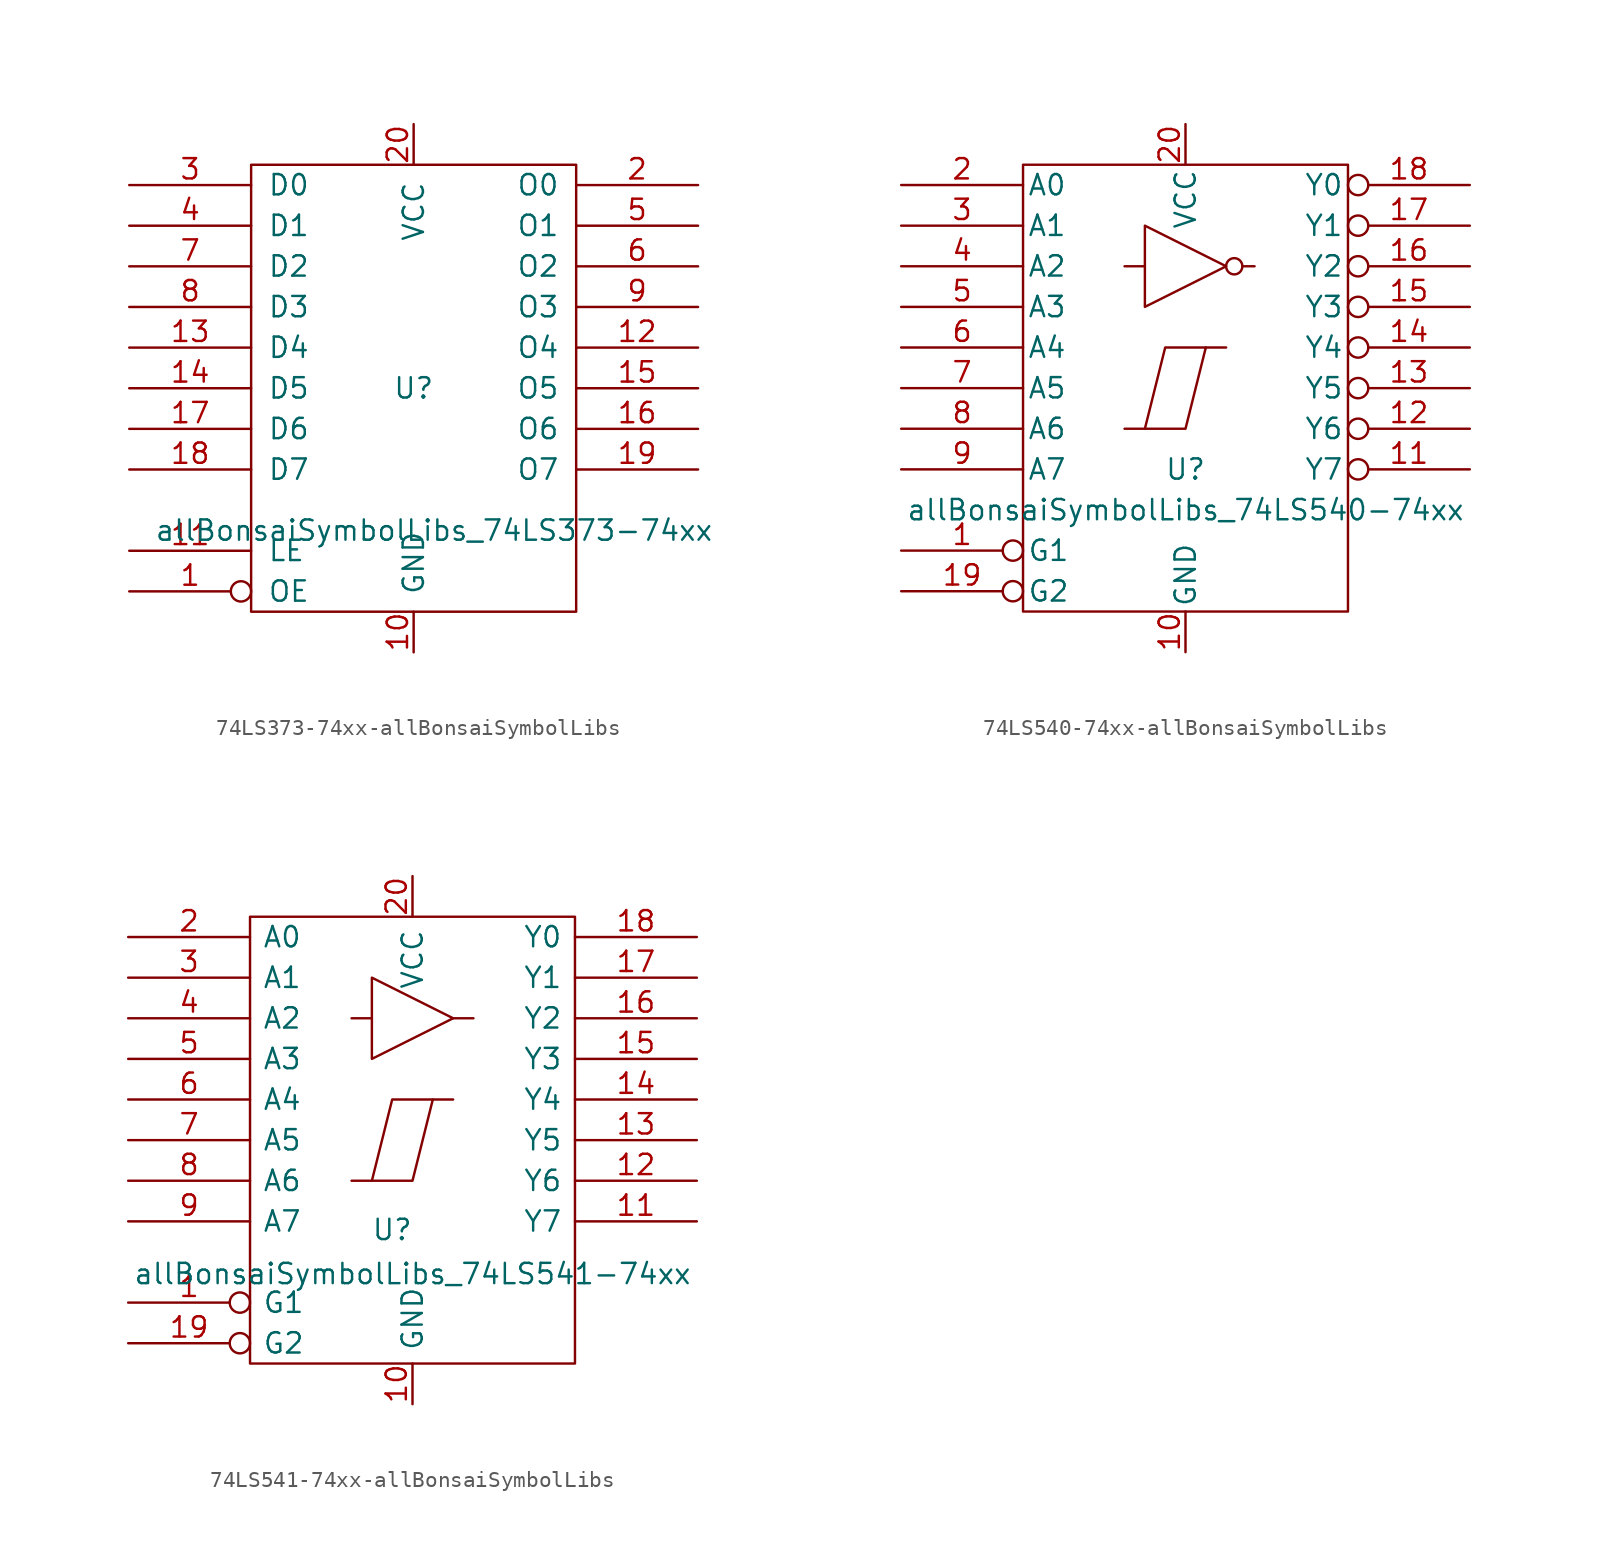
<source format=kicad_sym>
(kicad_symbol_lib
  (version 20220914)
  (generator kicad_symbol_editor)
  (symbol "74LS373-74xx-allBonsaiSymbolLibs"
    (pin_names
      (offset 1.016))
    (property "Reference" "U"
      (at 0 0 0)
      (effects (font (size 1.27 1.27))))
    (property "Value" "allBonsaiSymbolLibs_74LS373-74xx"
      (at 1.27 -8.89 0)
      (effects (font (size 1.27 1.27))))
    (property "Footprint" ""
      (at 0 0 0)
      (effects (font (size 1.27 1.27))))
    (property "Datasheet" ""
      (at 0 0 0)
      (effects (font (size 1.27 1.27))))
    (symbol "74LS373-74xx-allBonsaiSymbolLibs_0_0"
      (pin power_in line (at 0 -16.51 90) (length 2.54) (name "GND" (effects (font (size 1.27 1.27)))) (number "10" (effects (font (size 1.27 1.27)))))
      (pin power_in line (at 0 16.51 270) (length 2.54) (name "VCC" (effects (font (size 1.27 1.27)))) (number "20" (effects (font (size 1.27 1.27))))))
    (symbol "74LS373-74xx-allBonsaiSymbolLibs_0_1"
      (rectangle (start -10.16 13.97) (end 10.16 -13.97) (stroke (width 0) (type solid)) (fill (type none))))
    (symbol "74LS373-74xx-allBonsaiSymbolLibs_1_1"
      (pin input inverted (at -17.78 -12.7 0) (length 7.62) (name "OE" (effects (font (size 1.27 1.27)))) (number "1" (effects (font (size 1.27 1.27)))))
      (pin input line (at -17.78 -10.16 0) (length 7.62) (name "LE" (effects (font (size 1.27 1.27)))) (number "11" (effects (font (size 1.27 1.27)))))
      (pin tri_state line (at 17.78 2.54 180) (length 7.62) (name "O4" (effects (font (size 1.27 1.27)))) (number "12" (effects (font (size 1.27 1.27)))))
      (pin input line (at -17.78 2.54 0) (length 7.62) (name "D4" (effects (font (size 1.27 1.27)))) (number "13" (effects (font (size 1.27 1.27)))))
      (pin input line (at -17.78 0 0) (length 7.62) (name "D5" (effects (font (size 1.27 1.27)))) (number "14" (effects (font (size 1.27 1.27)))))
      (pin tri_state line (at 17.78 0 180) (length 7.62) (name "O5" (effects (font (size 1.27 1.27)))) (number "15" (effects (font (size 1.27 1.27)))))
      (pin tri_state line (at 17.78 -2.54 180) (length 7.62) (name "O6" (effects (font (size 1.27 1.27)))) (number "16" (effects (font (size 1.27 1.27)))))
      (pin input line (at -17.78 -2.54 0) (length 7.62) (name "D6" (effects (font (size 1.27 1.27)))) (number "17" (effects (font (size 1.27 1.27)))))
      (pin input line (at -17.78 -5.08 0) (length 7.62) (name "D7" (effects (font (size 1.27 1.27)))) (number "18" (effects (font (size 1.27 1.27)))))
      (pin tri_state line (at 17.78 -5.08 180) (length 7.62) (name "O7" (effects (font (size 1.27 1.27)))) (number "19" (effects (font (size 1.27 1.27)))))
      (pin tri_state line (at 17.78 12.7 180) (length 7.62) (name "O0" (effects (font (size 1.27 1.27)))) (number "2" (effects (font (size 1.27 1.27)))))
      (pin input line (at -17.78 12.7 0) (length 7.62) (name "D0" (effects (font (size 1.27 1.27)))) (number "3" (effects (font (size 1.27 1.27)))))
      (pin input line (at -17.78 10.16 0) (length 7.62) (name "D1" (effects (font (size 1.27 1.27)))) (number "4" (effects (font (size 1.27 1.27)))))
      (pin tri_state line (at 17.78 10.16 180) (length 7.62) (name "O1" (effects (font (size 1.27 1.27)))) (number "5" (effects (font (size 1.27 1.27)))))
      (pin tri_state line (at 17.78 7.62 180) (length 7.62) (name "O2" (effects (font (size 1.27 1.27)))) (number "6" (effects (font (size 1.27 1.27)))))
      (pin input line (at -17.78 7.62 0) (length 7.62) (name "D2" (effects (font (size 1.27 1.27)))) (number "7" (effects (font (size 1.27 1.27)))))
      (pin input line (at -17.78 5.08 0) (length 7.62) (name "D3" (effects (font (size 1.27 1.27)))) (number "8" (effects (font (size 1.27 1.27)))))
      (pin tri_state line (at 17.78 5.08 180) (length 7.62) (name "O3" (effects (font (size 1.27 1.27)))) (number "9" (effects (font (size 1.27 1.27)))))))
  (symbol "74LS540-74xx-allBonsaiSymbolLibs"
    (pin_names
      (offset 0.254))
    (property "Reference" "U"
      (at 0 -5.08 0)
      (effects (font (size 1.27 1.27))))
    (property "Value" "allBonsaiSymbolLibs_74LS540-74xx"
      (at 0 -7.62 0)
      (effects (font (size 1.27 1.27))))
    (property "Footprint" ""
      (at 0 0 0)
      (effects (font (size 1.27 1.27))))
    (property "Datasheet" ""
      (at 0 0 0)
      (effects (font (size 1.27 1.27))))
    (symbol "74LS540-74xx-allBonsaiSymbolLibs_0_0"
      (pin power_in line (at 0 -16.51 90) (length 2.54) (name "GND" (effects (font (size 1.27 1.27)))) (number "10" (effects (font (size 1.27 1.27)))))
      (pin power_in line (at 0 16.51 270) (length 2.54) (name "VCC" (effects (font (size 1.27 1.27)))) (number "20" (effects (font (size 1.27 1.27))))))
    (symbol "74LS540-74xx-allBonsaiSymbolLibs_0_1"
      (rectangle (start -10.16 13.97) (end 10.16 -13.97) (stroke (width 0) (type solid)) (fill (type none)))
      (polyline (pts (xy -2.54 7.62) (xy -3.81 7.62)) (stroke (width 0) (type solid)) (fill (type none)))
      (polyline (pts (xy 3.556 7.62) (xy 4.318 7.62)) (stroke (width 0) (type solid)) (fill (type none)))
      (polyline (pts (xy 1.27 2.54) (xy 0 -2.54) (xy -2.54 -2.54)) (stroke (width 0) (type solid)) (fill (type none)))
      (polyline (pts (xy -2.54 10.16) (xy -2.54 5.08) (xy 2.54 7.62) (xy -2.54 10.16)) (stroke (width 0) (type solid)) (fill (type none)))
      (polyline (pts (xy 2.54 2.54) (xy -1.27 2.54) (xy -2.54 -2.54) (xy -3.81 -2.54)) (stroke (width 0) (type solid)) (fill (type none)))
      (circle (center 3.048 7.62) (radius 0.508) (stroke (width 0) (type solid)) (fill (type none))))
    (symbol "74LS540-74xx-allBonsaiSymbolLibs_1_1"
      (pin input inverted (at -17.78 -10.16 0) (length 7.62) (name "G1" (effects (font (size 1.27 1.27)))) (number "1" (effects (font (size 1.27 1.27)))))
      (pin tri_state inverted (at 17.78 -5.08 180) (length 7.62) (name "Y7" (effects (font (size 1.27 1.27)))) (number "11" (effects (font (size 1.27 1.27)))))
      (pin tri_state inverted (at 17.78 -2.54 180) (length 7.62) (name "Y6" (effects (font (size 1.27 1.27)))) (number "12" (effects (font (size 1.27 1.27)))))
      (pin tri_state inverted (at 17.78 0 180) (length 7.62) (name "Y5" (effects (font (size 1.27 1.27)))) (number "13" (effects (font (size 1.27 1.27)))))
      (pin tri_state inverted (at 17.78 2.54 180) (length 7.62) (name "Y4" (effects (font (size 1.27 1.27)))) (number "14" (effects (font (size 1.27 1.27)))))
      (pin tri_state inverted (at 17.78 5.08 180) (length 7.62) (name "Y3" (effects (font (size 1.27 1.27)))) (number "15" (effects (font (size 1.27 1.27)))))
      (pin tri_state inverted (at 17.78 7.62 180) (length 7.62) (name "Y2" (effects (font (size 1.27 1.27)))) (number "16" (effects (font (size 1.27 1.27)))))
      (pin tri_state inverted (at 17.78 10.16 180) (length 7.62) (name "Y1" (effects (font (size 1.27 1.27)))) (number "17" (effects (font (size 1.27 1.27)))))
      (pin tri_state inverted (at 17.78 12.7 180) (length 7.62) (name "Y0" (effects (font (size 1.27 1.27)))) (number "18" (effects (font (size 1.27 1.27)))))
      (pin input inverted (at -17.78 -12.7 0) (length 7.62) (name "G2" (effects (font (size 1.27 1.27)))) (number "19" (effects (font (size 1.27 1.27)))))
      (pin input line (at -17.78 12.7 0) (length 7.62) (name "A0" (effects (font (size 1.27 1.27)))) (number "2" (effects (font (size 1.27 1.27)))))
      (pin input line (at -17.78 10.16 0) (length 7.62) (name "A1" (effects (font (size 1.27 1.27)))) (number "3" (effects (font (size 1.27 1.27)))))
      (pin input line (at -17.78 7.62 0) (length 7.62) (name "A2" (effects (font (size 1.27 1.27)))) (number "4" (effects (font (size 1.27 1.27)))))
      (pin input line (at -17.78 5.08 0) (length 7.62) (name "A3" (effects (font (size 1.27 1.27)))) (number "5" (effects (font (size 1.27 1.27)))))
      (pin input line (at -17.78 2.54 0) (length 7.62) (name "A4" (effects (font (size 1.27 1.27)))) (number "6" (effects (font (size 1.27 1.27)))))
      (pin input line (at -17.78 0 0) (length 7.62) (name "A5" (effects (font (size 1.27 1.27)))) (number "7" (effects (font (size 1.27 1.27)))))
      (pin input line (at -17.78 -2.54 0) (length 7.62) (name "A6" (effects (font (size 1.27 1.27)))) (number "8" (effects (font (size 1.27 1.27)))))
      (pin input line (at -17.78 -5.08 0) (length 7.62) (name "A7" (effects (font (size 1.27 1.27)))) (number "9" (effects (font (size 1.27 1.27)))))))
  (symbol "74LS541-74xx-allBonsaiSymbolLibs"
    (pin_names
      (offset 0.762))
    (property "Reference" "U"
      (at -1.27 -6.35 0)
      (effects (font (size 1.27 1.27)) (justify bottom)))
    (property "Value" "allBonsaiSymbolLibs_74LS541-74xx"
      (at 0 -7.62 0)
      (effects (font (size 1.27 1.27)) (justify top)))
    (property "Footprint" ""
      (at 0 0 0)
      (effects (font (size 1.27 1.27))))
    (property "Datasheet" ""
      (at 0 0 0)
      (effects (font (size 1.27 1.27))))
    (symbol "74LS541-74xx-allBonsaiSymbolLibs_0_0"
      (pin power_in line (at 0 -16.51 90) (length 2.54) (name "GND" (effects (font (size 1.27 1.27)))) (number "10" (effects (font (size 1.27 1.27)))))
      (pin power_in line (at 0 16.51 270) (length 2.54) (name "VCC" (effects (font (size 1.27 1.27)))) (number "20" (effects (font (size 1.27 1.27))))))
    (symbol "74LS541-74xx-allBonsaiSymbolLibs_0_1"
      (rectangle (start -10.16 13.97) (end 10.16 -13.97) (stroke (width 0) (type solid)) (fill (type none)))
      (polyline (pts (xy -2.54 7.62) (xy -3.81 7.62)) (stroke (width 0) (type solid)) (fill (type none)))
      (polyline (pts (xy 2.54 7.62) (xy 3.81 7.62)) (stroke (width 0) (type solid)) (fill (type none)))
      (polyline (pts (xy 1.27 2.54) (xy 0 -2.54) (xy -2.54 -2.54)) (stroke (width 0) (type solid)) (fill (type none)))
      (polyline (pts (xy -2.54 10.16) (xy -2.54 5.08) (xy 2.54 7.62) (xy -2.54 10.16)) (stroke (width 0) (type solid)) (fill (type none)))
      (polyline (pts (xy 2.54 2.54) (xy -1.27 2.54) (xy -2.54 -2.54) (xy -3.81 -2.54)) (stroke (width 0) (type solid)) (fill (type none))))
    (symbol "74LS541-74xx-allBonsaiSymbolLibs_1_1"
      (pin input inverted (at -17.78 -10.16 0) (length 7.62) (name "G1" (effects (font (size 1.27 1.27)))) (number "1" (effects (font (size 1.27 1.27)))))
      (pin tri_state line (at 17.78 -5.08 180) (length 7.62) (name "Y7" (effects (font (size 1.27 1.27)))) (number "11" (effects (font (size 1.27 1.27)))))
      (pin tri_state line (at 17.78 -2.54 180) (length 7.62) (name "Y6" (effects (font (size 1.27 1.27)))) (number "12" (effects (font (size 1.27 1.27)))))
      (pin tri_state line (at 17.78 0 180) (length 7.62) (name "Y5" (effects (font (size 1.27 1.27)))) (number "13" (effects (font (size 1.27 1.27)))))
      (pin tri_state line (at 17.78 2.54 180) (length 7.62) (name "Y4" (effects (font (size 1.27 1.27)))) (number "14" (effects (font (size 1.27 1.27)))))
      (pin tri_state line (at 17.78 5.08 180) (length 7.62) (name "Y3" (effects (font (size 1.27 1.27)))) (number "15" (effects (font (size 1.27 1.27)))))
      (pin tri_state line (at 17.78 7.62 180) (length 7.62) (name "Y2" (effects (font (size 1.27 1.27)))) (number "16" (effects (font (size 1.27 1.27)))))
      (pin tri_state line (at 17.78 10.16 180) (length 7.62) (name "Y1" (effects (font (size 1.27 1.27)))) (number "17" (effects (font (size 1.27 1.27)))))
      (pin tri_state line (at 17.78 12.7 180) (length 7.62) (name "Y0" (effects (font (size 1.27 1.27)))) (number "18" (effects (font (size 1.27 1.27)))))
      (pin input inverted (at -17.78 -12.7 0) (length 7.62) (name "G2" (effects (font (size 1.27 1.27)))) (number "19" (effects (font (size 1.27 1.27)))))
      (pin input line (at -17.78 12.7 0) (length 7.62) (name "A0" (effects (font (size 1.27 1.27)))) (number "2" (effects (font (size 1.27 1.27)))))
      (pin input line (at -17.78 10.16 0) (length 7.62) (name "A1" (effects (font (size 1.27 1.27)))) (number "3" (effects (font (size 1.27 1.27)))))
      (pin input line (at -17.78 7.62 0) (length 7.62) (name "A2" (effects (font (size 1.27 1.27)))) (number "4" (effects (font (size 1.27 1.27)))))
      (pin input line (at -17.78 5.08 0) (length 7.62) (name "A3" (effects (font (size 1.27 1.27)))) (number "5" (effects (font (size 1.27 1.27)))))
      (pin input line (at -17.78 2.54 0) (length 7.62) (name "A4" (effects (font (size 1.27 1.27)))) (number "6" (effects (font (size 1.27 1.27)))))
      (pin input line (at -17.78 0 0) (length 7.62) (name "A5" (effects (font (size 1.27 1.27)))) (number "7" (effects (font (size 1.27 1.27)))))
      (pin input line (at -17.78 -2.54 0) (length 7.62) (name "A6" (effects (font (size 1.27 1.27)))) (number "8" (effects (font (size 1.27 1.27)))))
      (pin input line (at -17.78 -5.08 0) (length 7.62) (name "A7" (effects (font (size 1.27 1.27)))) (number "9" (effects (font (size 1.27 1.27))))))))
</source>
